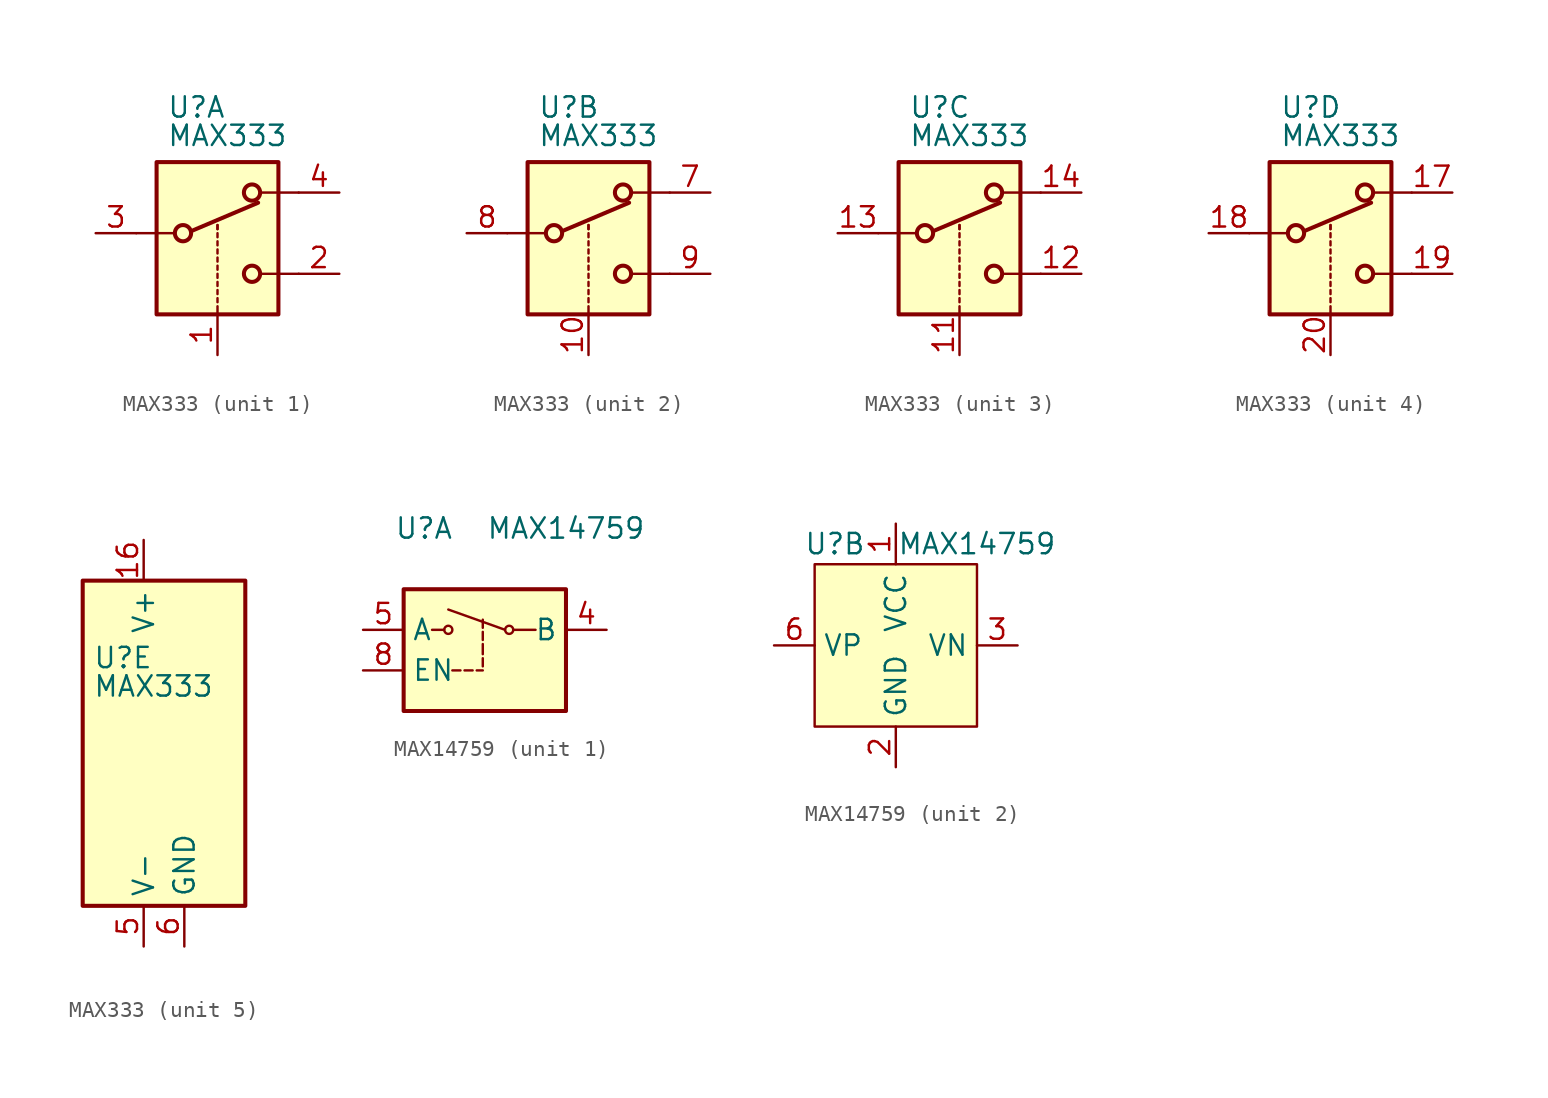
<source format=kicad_sym>
(kicad_symbol_lib
  (version 20200908)
  (generator kicad_symbol_editor)
  (symbol "Analog_Switch:MAX333"
    (property "Reference" "U"
      (at -3.175 5.334 0)
      (effects (font (size 1.27 1.27)) (justify left)))
    (property "Value" "MAX333"
      (at -3.175 3.556 0)
      (effects (font (size 1.27 1.27)) (justify left)))
    (symbol "MAX333_1_1"
      (circle (center -2.159 -2.54) (radius 0.508) (stroke (width 0.254)) (fill (type none)))
      (circle (center 2.159 -5.08) (radius 0.508) (stroke (width 0.254)) (fill (type none)))
      (circle (center 2.159 0) (radius 0.508) (stroke (width 0.254)) (fill (type none)))
      (rectangle (start -3.81 1.905) (end 3.81 -7.62) (stroke (width 0.254)) (fill (type background)))
      (polyline (pts (xy -5.08 -2.54) (xy -2.794 -2.54)) (stroke (width 0)) (fill (type none)))
      (polyline (pts (xy -1.651 -2.413) (xy 2.54 -0.635)) (stroke (width 0.254)) (fill (type none)))
      (polyline (pts (xy 0 -7.62) (xy 0 -7.112)) (stroke (width 0)) (fill (type none)))
      (polyline (pts (xy 0 -6.858) (xy 0 -6.604)) (stroke (width 0)) (fill (type none)))
      (polyline (pts (xy 0 -6.35) (xy 0 -6.096)) (stroke (width 0)) (fill (type none)))
      (polyline (pts (xy 0 -5.842) (xy 0 -5.588)) (stroke (width 0)) (fill (type none)))
      (polyline (pts (xy 0 -5.334) (xy 0 -5.08)) (stroke (width 0)) (fill (type none)))
      (polyline (pts (xy 0 -4.826) (xy 0 -4.572)) (stroke (width 0)) (fill (type none)))
      (polyline (pts (xy 0 -4.318) (xy 0 -4.064)) (stroke (width 0)) (fill (type none)))
      (polyline (pts (xy 0 -3.81) (xy 0 -3.556)) (stroke (width 0)) (fill (type none)))
      (polyline (pts (xy 0 -3.302) (xy 0 -3.048)) (stroke (width 0)) (fill (type none)))
      (polyline (pts (xy 0 -2.794) (xy 0 -2.54)) (stroke (width 0)) (fill (type none)))
      (polyline (pts (xy 0 -2.286) (xy 0 -2.032)) (stroke (width 0)) (fill (type none)))
      (polyline (pts (xy 0 -2.286) (xy 0 -2.032)) (stroke (width 0)) (fill (type none)))
      (polyline (pts (xy 5.08 -5.08) (xy 2.794 -5.08)) (stroke (width 0)) (fill (type none)))
      (polyline (pts (xy 5.08 0) (xy 2.794 0)) (stroke (width 0)) (fill (type none)))
      (pin input line (at 0 -10.16 90) (length 2.54) (name "~" (effects (font (size 1.27 1.27)))) (number "1" (effects (font (size 1.27 1.27)))))
      (pin passive line (at 7.62 -5.08 180) (length 2.54) (name "~" (effects (font (size 1.27 1.27)))) (number "2" (effects (font (size 1.27 1.27)))))
      (pin passive line (at -7.62 -2.54 0) (length 2.54) (name "~" (effects (font (size 1.27 1.27)))) (number "3" (effects (font (size 1.27 1.27)))))
      (pin passive line (at 7.62 0 180) (length 2.54) (name "~" (effects (font (size 1.27 1.27)))) (number "4" (effects (font (size 1.27 1.27))))))
    (symbol "MAX333_2_1"
      (circle (center -2.159 -2.54) (radius 0.508) (stroke (width 0.254)) (fill (type none)))
      (circle (center 2.159 -5.08) (radius 0.508) (stroke (width 0.254)) (fill (type none)))
      (circle (center 2.159 0) (radius 0.508) (stroke (width 0.254)) (fill (type none)))
      (rectangle (start -3.81 1.905) (end 3.81 -7.62) (stroke (width 0.254)) (fill (type background)))
      (polyline (pts (xy -5.08 -2.54) (xy -2.794 -2.54)) (stroke (width 0)) (fill (type none)))
      (polyline (pts (xy -1.651 -2.413) (xy 2.54 -0.635)) (stroke (width 0.254)) (fill (type none)))
      (polyline (pts (xy 0 -7.62) (xy 0 -7.112)) (stroke (width 0)) (fill (type none)))
      (polyline (pts (xy 0 -6.858) (xy 0 -6.604)) (stroke (width 0)) (fill (type none)))
      (polyline (pts (xy 0 -6.35) (xy 0 -6.096)) (stroke (width 0)) (fill (type none)))
      (polyline (pts (xy 0 -5.842) (xy 0 -5.588)) (stroke (width 0)) (fill (type none)))
      (polyline (pts (xy 0 -5.334) (xy 0 -5.08)) (stroke (width 0)) (fill (type none)))
      (polyline (pts (xy 0 -4.826) (xy 0 -4.572)) (stroke (width 0)) (fill (type none)))
      (polyline (pts (xy 0 -4.318) (xy 0 -4.064)) (stroke (width 0)) (fill (type none)))
      (polyline (pts (xy 0 -3.81) (xy 0 -3.556)) (stroke (width 0)) (fill (type none)))
      (polyline (pts (xy 0 -3.302) (xy 0 -3.048)) (stroke (width 0)) (fill (type none)))
      (polyline (pts (xy 0 -2.794) (xy 0 -2.54)) (stroke (width 0)) (fill (type none)))
      (polyline (pts (xy 0 -2.286) (xy 0 -2.032)) (stroke (width 0)) (fill (type none)))
      (polyline (pts (xy 0 -2.286) (xy 0 -2.032)) (stroke (width 0)) (fill (type none)))
      (polyline (pts (xy 5.08 -5.08) (xy 2.794 -5.08)) (stroke (width 0)) (fill (type none)))
      (polyline (pts (xy 5.08 0) (xy 2.794 0)) (stroke (width 0)) (fill (type none)))
      (pin input line (at 0 -10.16 90) (length 2.54) (name "~" (effects (font (size 1.27 1.27)))) (number "10" (effects (font (size 1.27 1.27)))))
      (pin passive line (at 7.62 0 180) (length 2.54) (name "~" (effects (font (size 1.27 1.27)))) (number "7" (effects (font (size 1.27 1.27)))))
      (pin passive line (at -7.62 -2.54 0) (length 2.54) (name "~" (effects (font (size 1.27 1.27)))) (number "8" (effects (font (size 1.27 1.27)))))
      (pin passive line (at 7.62 -5.08 180) (length 2.54) (name "~" (effects (font (size 1.27 1.27)))) (number "9" (effects (font (size 1.27 1.27))))))
    (symbol "MAX333_3_1"
      (circle (center -2.159 -2.54) (radius 0.508) (stroke (width 0.254)) (fill (type none)))
      (circle (center 2.159 -5.08) (radius 0.508) (stroke (width 0.254)) (fill (type none)))
      (circle (center 2.159 0) (radius 0.508) (stroke (width 0.254)) (fill (type none)))
      (rectangle (start -3.81 1.905) (end 3.81 -7.62) (stroke (width 0.254)) (fill (type background)))
      (polyline (pts (xy -5.08 -2.54) (xy -2.794 -2.54)) (stroke (width 0)) (fill (type none)))
      (polyline (pts (xy -1.651 -2.413) (xy 2.54 -0.635)) (stroke (width 0.254)) (fill (type none)))
      (polyline (pts (xy 0 -7.62) (xy 0 -7.112)) (stroke (width 0)) (fill (type none)))
      (polyline (pts (xy 0 -6.858) (xy 0 -6.604)) (stroke (width 0)) (fill (type none)))
      (polyline (pts (xy 0 -6.35) (xy 0 -6.096)) (stroke (width 0)) (fill (type none)))
      (polyline (pts (xy 0 -5.842) (xy 0 -5.588)) (stroke (width 0)) (fill (type none)))
      (polyline (pts (xy 0 -5.334) (xy 0 -5.08)) (stroke (width 0)) (fill (type none)))
      (polyline (pts (xy 0 -4.826) (xy 0 -4.572)) (stroke (width 0)) (fill (type none)))
      (polyline (pts (xy 0 -4.318) (xy 0 -4.064)) (stroke (width 0)) (fill (type none)))
      (polyline (pts (xy 0 -3.81) (xy 0 -3.556)) (stroke (width 0)) (fill (type none)))
      (polyline (pts (xy 0 -3.302) (xy 0 -3.048)) (stroke (width 0)) (fill (type none)))
      (polyline (pts (xy 0 -2.794) (xy 0 -2.54)) (stroke (width 0)) (fill (type none)))
      (polyline (pts (xy 0 -2.286) (xy 0 -2.032)) (stroke (width 0)) (fill (type none)))
      (polyline (pts (xy 0 -2.286) (xy 0 -2.032)) (stroke (width 0)) (fill (type none)))
      (polyline (pts (xy 5.08 -5.08) (xy 2.794 -5.08)) (stroke (width 0)) (fill (type none)))
      (polyline (pts (xy 5.08 0) (xy 2.794 0)) (stroke (width 0)) (fill (type none)))
      (pin input line (at 0 -10.16 90) (length 2.54) (name "~" (effects (font (size 1.27 1.27)))) (number "11" (effects (font (size 1.27 1.27)))))
      (pin passive line (at 7.62 -5.08 180) (length 2.54) (name "~" (effects (font (size 1.27 1.27)))) (number "12" (effects (font (size 1.27 1.27)))))
      (pin passive line (at -7.62 -2.54 0) (length 2.54) (name "~" (effects (font (size 1.27 1.27)))) (number "13" (effects (font (size 1.27 1.27)))))
      (pin passive line (at 7.62 0 180) (length 2.54) (name "~" (effects (font (size 1.27 1.27)))) (number "14" (effects (font (size 1.27 1.27))))))
    (symbol "MAX333_4_1"
      (circle (center -2.159 -2.54) (radius 0.508) (stroke (width 0.254)) (fill (type none)))
      (circle (center 2.159 -5.08) (radius 0.508) (stroke (width 0.254)) (fill (type none)))
      (circle (center 2.159 0) (radius 0.508) (stroke (width 0.254)) (fill (type none)))
      (rectangle (start -3.81 1.905) (end 3.81 -7.62) (stroke (width 0.254)) (fill (type background)))
      (polyline (pts (xy -5.08 -2.54) (xy -2.794 -2.54)) (stroke (width 0)) (fill (type none)))
      (polyline (pts (xy -1.651 -2.413) (xy 2.54 -0.635)) (stroke (width 0.254)) (fill (type none)))
      (polyline (pts (xy 0 -7.62) (xy 0 -7.112)) (stroke (width 0)) (fill (type none)))
      (polyline (pts (xy 0 -6.858) (xy 0 -6.604)) (stroke (width 0)) (fill (type none)))
      (polyline (pts (xy 0 -6.35) (xy 0 -6.096)) (stroke (width 0)) (fill (type none)))
      (polyline (pts (xy 0 -5.842) (xy 0 -5.588)) (stroke (width 0)) (fill (type none)))
      (polyline (pts (xy 0 -5.334) (xy 0 -5.08)) (stroke (width 0)) (fill (type none)))
      (polyline (pts (xy 0 -4.826) (xy 0 -4.572)) (stroke (width 0)) (fill (type none)))
      (polyline (pts (xy 0 -4.318) (xy 0 -4.064)) (stroke (width 0)) (fill (type none)))
      (polyline (pts (xy 0 -3.81) (xy 0 -3.556)) (stroke (width 0)) (fill (type none)))
      (polyline (pts (xy 0 -3.302) (xy 0 -3.048)) (stroke (width 0)) (fill (type none)))
      (polyline (pts (xy 0 -2.794) (xy 0 -2.54)) (stroke (width 0)) (fill (type none)))
      (polyline (pts (xy 0 -2.286) (xy 0 -2.032)) (stroke (width 0)) (fill (type none)))
      (polyline (pts (xy 0 -2.286) (xy 0 -2.032)) (stroke (width 0)) (fill (type none)))
      (polyline (pts (xy 5.08 -5.08) (xy 2.794 -5.08)) (stroke (width 0)) (fill (type none)))
      (polyline (pts (xy 5.08 0) (xy 2.794 0)) (stroke (width 0)) (fill (type none)))
      (pin passive line (at 7.62 0 180) (length 2.54) (name "~" (effects (font (size 1.27 1.27)))) (number "17" (effects (font (size 1.27 1.27)))))
      (pin passive line (at -7.62 -2.54 0) (length 2.54) (name "~" (effects (font (size 1.27 1.27)))) (number "18" (effects (font (size 1.27 1.27)))))
      (pin passive line (at 7.62 -5.08 180) (length 2.54) (name "~" (effects (font (size 1.27 1.27)))) (number "19" (effects (font (size 1.27 1.27)))))
      (pin input line (at 0 -10.16 90) (length 2.54) (name "~" (effects (font (size 1.27 1.27)))) (number "20" (effects (font (size 1.27 1.27))))))
    (symbol "MAX333_5_1"
      (rectangle (start -3.81 10.16) (end 6.35 -10.16) (stroke (width 0.254)) (fill (type background))))
    (symbol "MAX333_5_0"
      (pin unconnected line (at 2.54 10.16 270) (length 2.54) hide (name "NC" (effects (font (size 1.27 1.27)))) (number "15" (effects (font (size 1.27 1.27)))))
      (pin power_in line (at 0 12.7 270) (length 2.54) (name "V+" (effects (font (size 1.27 1.27)))) (number "16" (effects (font (size 1.27 1.27)))))
      (pin power_in line (at 0 -12.7 90) (length 2.54) (name "V-" (effects (font (size 1.27 1.27)))) (number "5" (effects (font (size 1.27 1.27)))))
      (pin power_in line (at 2.54 -12.7 90) (length 2.54) (name "GND" (effects (font (size 1.27 1.27)))) (number "6" (effects (font (size 1.27 1.27)))))))
  (symbol "Analog_Switch:MAX14759"
    (property "Reference" "U"
      (at -3.81 6.35 0)
      (effects (font (size 1.27 1.27))))
    (property "Value" "MAX14759"
      (at 5.08 6.35 0)
      (effects (font (size 1.27 1.27))))
    (property "ki_locked" ""
      (at 0 0 0)
      (effects (font (size 1.27 1.27))))
    (symbol "MAX14759_1_1"
      (circle (center -2.286 0) (radius 0.254) (stroke (width 0)) (fill (type none)))
      (circle (center 1.524 0) (radius 0.254) (stroke (width 0)) (fill (type none)))
      (rectangle (start -5.08 -5.08) (end 5.08 2.54) (stroke (width 0.254)) (fill (type background)))
      (polyline (pts (xy -3.302 0) (xy -2.54 0)) (stroke (width 0)) (fill (type none)))
      (polyline (pts (xy -2.032 -2.54) (xy -1.524 -2.54)) (stroke (width 0)) (fill (type none)))
      (polyline (pts (xy -1.27 -2.54) (xy -0.762 -2.54)) (stroke (width 0)) (fill (type none)))
      (polyline (pts (xy -0.508 -2.54) (xy -0.127 -2.54)) (stroke (width 0)) (fill (type none)))
      (polyline (pts (xy -0.127 -2.286) (xy -0.127 -1.778)) (stroke (width 0)) (fill (type none)))
      (polyline (pts (xy -0.127 -1.524) (xy -0.127 -0.889)) (stroke (width 0)) (fill (type none)))
      (polyline (pts (xy -0.127 -0.635) (xy -0.127 -0.127)) (stroke (width 0)) (fill (type none)))
      (polyline (pts (xy -0.127 0.127) (xy -0.127 0.635)) (stroke (width 0)) (fill (type none)))
      (polyline (pts (xy 1.27 0) (xy -2.286 1.27)) (stroke (width 0)) (fill (type none)))
      (polyline (pts (xy 3.175 0) (xy 1.778 0)) (stroke (width 0)) (fill (type none)))
      (pin passive line (at 7.62 0 180) (length 2.54) (name "B" (effects (font (size 1.27 1.27)))) (number "4" (effects (font (size 1.27 1.27)))))
      (pin passive line (at -7.62 0 0) (length 2.54) (name "A" (effects (font (size 1.27 1.27)))) (number "5" (effects (font (size 1.27 1.27)))))
      (pin input line (at -7.62 -2.54 0) (length 2.54) (name "EN" (effects (font (size 1.27 1.27)))) (number "8" (effects (font (size 1.27 1.27))))))
    (symbol "MAX14759_2_1"
      (rectangle (start -5.08 5.08) (end 5.08 -5.08) (stroke (width 0)) (fill (type background)))
      (pin power_in line (at 0 7.62 270) (length 2.54) (name "VCC" (effects (font (size 1.27 1.27)))) (number "1" (effects (font (size 1.27 1.27)))))
      (pin power_in line (at 0 -7.62 90) (length 2.54) (name "GND" (effects (font (size 1.27 1.27)))) (number "2" (effects (font (size 1.27 1.27)))))
      (pin passive line (at 7.62 0 180) (length 2.54) (name "VN" (effects (font (size 1.27 1.27)))) (number "3" (effects (font (size 1.27 1.27)))))
      (pin passive line (at -7.62 0 0) (length 2.54) (name "VP" (effects (font (size 1.27 1.27)))) (number "6" (effects (font (size 1.27 1.27)))))
      (pin unconnected line (at -2.54 2.54 180) (length 2.54) hide (name "NC" (effects (font (size 1.27 1.27)))) (number "7" (effects (font (size 1.27 1.27)))))
      (pin passive line (at 7.62 0 180) (length 2.54) hide (name "VN" (effects (font (size 1.27 1.27)))) (number "9" (effects (font (size 1.27 1.27))))))))
</source>
